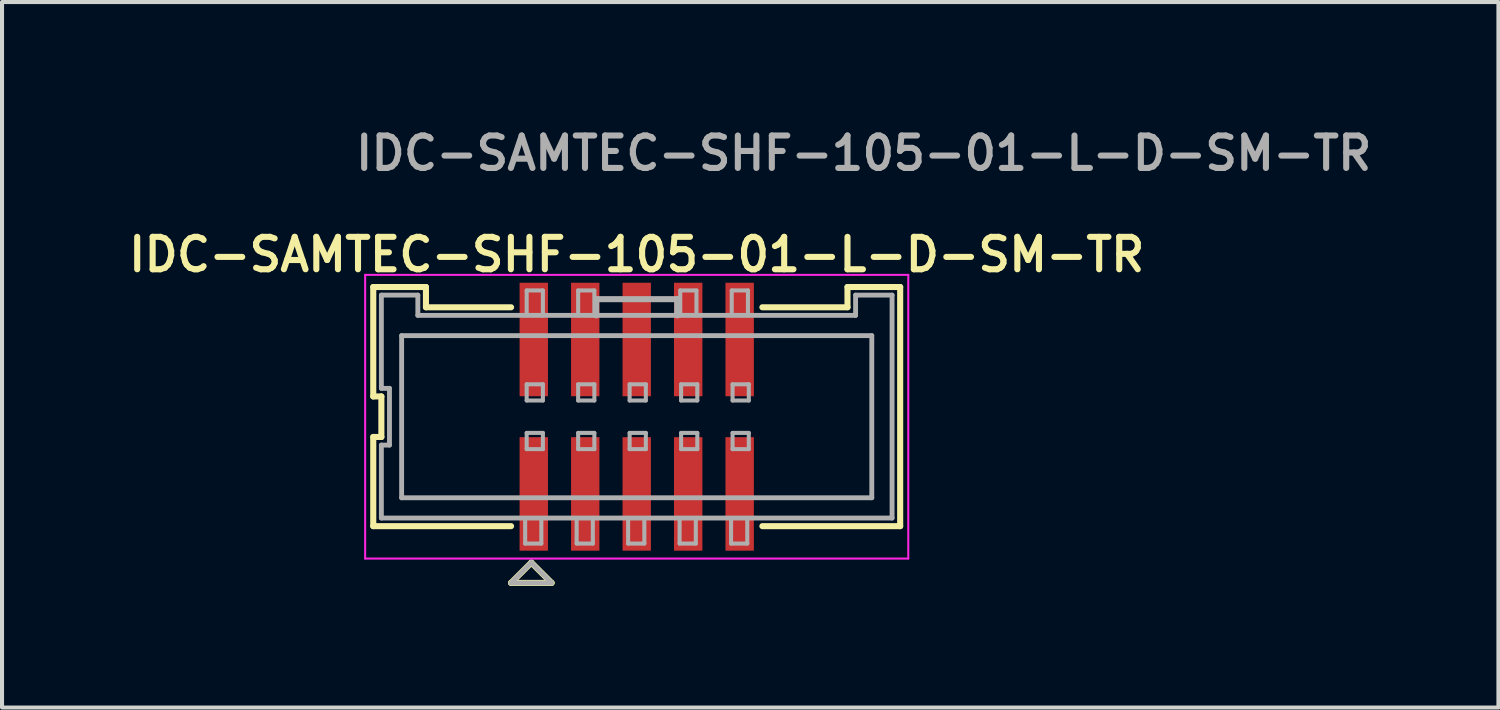
<source format=kicad_pcb>
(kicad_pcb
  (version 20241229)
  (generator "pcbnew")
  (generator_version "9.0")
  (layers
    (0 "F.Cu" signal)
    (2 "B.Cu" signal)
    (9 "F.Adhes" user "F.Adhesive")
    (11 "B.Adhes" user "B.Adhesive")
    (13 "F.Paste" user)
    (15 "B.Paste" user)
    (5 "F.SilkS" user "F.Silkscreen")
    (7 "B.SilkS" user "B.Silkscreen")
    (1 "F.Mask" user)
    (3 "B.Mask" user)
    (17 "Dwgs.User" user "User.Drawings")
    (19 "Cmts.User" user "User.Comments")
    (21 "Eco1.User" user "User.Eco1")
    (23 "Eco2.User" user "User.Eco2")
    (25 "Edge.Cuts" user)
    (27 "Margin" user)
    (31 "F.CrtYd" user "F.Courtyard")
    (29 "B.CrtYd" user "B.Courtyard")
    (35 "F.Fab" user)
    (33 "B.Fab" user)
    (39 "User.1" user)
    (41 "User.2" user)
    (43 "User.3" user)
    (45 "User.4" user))
  (footprint "IDC-SAMTEC-SHF-105-01-L-D-SM-TR"
    (layer "F.Cu")
    (at 12.659 7.231)
    (property "Reference" "IDC-SAMTEC-SHF-105-01-L-D-SM-TR" (at 0 -4 0) (layer "F.SilkS") (effects (font (size 0.8 0.8) (thickness 0.15))))
    (attr through_hole)
    (fp_line (start -6.5 -3.2) (end -6.5 -0.5) (stroke (width 0.15) (type solid)) (layer "F.SilkS"))
    (fp_line (start -6.5 -3.2) (end -5.2 -3.2) (stroke (width 0.15) (type solid)) (layer "F.SilkS"))
    (fp_line (start -6.5 -0.5) (end -6.3 -0.5) (stroke (width 0.15) (type solid)) (layer "F.SilkS"))
    (fp_line (start -6.5 0.5) (end -6.5 2.7) (stroke (width 0.15) (type solid)) (layer "F.SilkS"))
    (fp_line (start -6.5 2.7) (end -3.1 2.7) (stroke (width 0.15) (type solid)) (layer "F.SilkS"))
    (fp_line (start -6.3 -0.5) (end -6.3 0.5) (stroke (width 0.15) (type solid)) (layer "F.SilkS"))
    (fp_line (start -6.3 0.5) (end -6.5 0.5) (stroke (width 0.15) (type solid)) (layer "F.SilkS"))
    (fp_line (start -5.2 -3.2) (end -5.2 -2.7) (stroke (width 0.15) (type solid)) (layer "F.SilkS"))
    (fp_line (start -5.2 -2.7) (end -3.1 -2.7) (stroke (width 0.15) (type solid)) (layer "F.SilkS"))
    (fp_line (start -3.1 4.1) (end -2.1 4.1) (stroke (width 0.15) (type solid)) (layer "F.SilkS"))
    (fp_line (start -2.6 3.6) (end -3.1 4.1) (stroke (width 0.15) (type solid)) (layer "F.SilkS"))
    (fp_line (start -2.1 4.1) (end -2.6 3.6) (stroke (width 0.15) (type solid)) (layer "F.SilkS"))
    (fp_line (start 3.1 -2.7) (end 5.2 -2.7) (stroke (width 0.15) (type solid)) (layer "F.SilkS"))
    (fp_line (start 3.1 2.7) (end 6.5 2.7) (stroke (width 0.15) (type solid)) (layer "F.SilkS"))
    (fp_line (start 5.2 -3.2) (end 5.2 -2.7) (stroke (width 0.15) (type solid)) (layer "F.SilkS"))
    (fp_line (start 5.2 -3.2) (end 6.5 -3.2) (stroke (width 0.15) (type solid)) (layer "F.SilkS"))
    (fp_line (start 6.5 2.7) (end 6.5 -3.2) (stroke (width 0.15) (type solid)) (layer "F.SilkS"))
    (fp_line (start -6.7 -3.5) (end 6.7 -3.5) (stroke (width 0.05) (type solid)) (layer "F.CrtYd"))
    (fp_line (start -6.7 3.5) (end -6.7 -3.5) (stroke (width 0.05) (type solid)) (layer "F.CrtYd"))
    (fp_line (start 6.7 -3.5) (end 6.7 3.5) (stroke (width 0.05) (type solid)) (layer "F.CrtYd"))
    (fp_line (start 6.7 3.5) (end -6.7 3.5) (stroke (width 0.05) (type solid)) (layer "F.CrtYd"))
    (fp_line (start -6.3 -3) (end -5.4 -3) (stroke (width 0.12) (type solid)) (layer "F.Fab"))
    (fp_line (start -6.3 -0.7) (end -6.3 -3) (stroke (width 0.12) (type solid)) (layer "F.Fab"))
    (fp_line (start -6.3 0.7) (end -6.1 0.7) (stroke (width 0.12) (type solid)) (layer "F.Fab"))
    (fp_line (start -6.3 2.5) (end -6.3 0.7) (stroke (width 0.12) (type solid)) (layer "F.Fab"))
    (fp_line (start -6.1 -0.7) (end -6.3 -0.7) (stroke (width 0.12) (type solid)) (layer "F.Fab"))
    (fp_line (start -6.1 0.7) (end -6.1 -0.7) (stroke (width 0.12) (type solid)) (layer "F.Fab"))
    (fp_line (start -5.8 2) (end -5.8 -2) (stroke (width 0.12) (type solid)) (layer "F.Fab"))
    (fp_line (start -5.8 2) (end 5.8 2) (stroke (width 0.12) (type solid)) (layer "F.Fab"))
    (fp_line (start -5.4 -3) (end -5.4 -2.5) (stroke (width 0.12) (type solid)) (layer "F.Fab"))
    (fp_line (start -5.4 -2.5) (end 5.4 -2.5) (stroke (width 0.12) (type solid)) (layer "F.Fab"))
    (fp_line (start -3.1 4.1) (end -2.1 4.1) (stroke (width 0.12) (type solid)) (layer "F.Fab"))
    (fp_line (start -2.752 3.13) (end -2.752 2.5) (stroke (width 0.1) (type solid)) (layer "F.Fab"))
    (fp_line (start -2.715 -3.115) (end -2.315 -3.115) (stroke (width 0.1) (type solid)) (layer "F.Fab"))
    (fp_line (start -2.715 -2.5) (end -2.715 -3.115) (stroke (width 0.1) (type solid)) (layer "F.Fab"))
    (fp_line (start -2.715 -0.8) (end -2.315 -0.8) (stroke (width 0.1) (type solid)) (layer "F.Fab"))
    (fp_line (start -2.715 -0.4) (end -2.715 -0.8) (stroke (width 0.1) (type solid)) (layer "F.Fab"))
    (fp_line (start -2.715 0.4) (end -2.315 0.4) (stroke (width 0.1) (type solid)) (layer "F.Fab"))
    (fp_line (start -2.715 0.8) (end -2.715 0.4) (stroke (width 0.1) (type solid)) (layer "F.Fab"))
    (fp_line (start -2.6 3.6) (end -3.1 4.1) (stroke (width 0.12) (type solid)) (layer "F.Fab"))
    (fp_line (start -2.353 2.5) (end -2.353 3.13) (stroke (width 0.1) (type solid)) (layer "F.Fab"))
    (fp_line (start -2.353 3.13) (end -2.752 3.13) (stroke (width 0.1) (type solid)) (layer "F.Fab"))
    (fp_line (start -2.315 -3.115) (end -2.315 -2.5) (stroke (width 0.1) (type solid)) (layer "F.Fab"))
    (fp_line (start -2.315 -0.8) (end -2.315 -0.4) (stroke (width 0.1) (type solid)) (layer "F.Fab"))
    (fp_line (start -2.315 -0.4) (end -2.715 -0.4) (stroke (width 0.1) (type solid)) (layer "F.Fab"))
    (fp_line (start -2.315 0.4) (end -2.315 0.8) (stroke (width 0.1) (type solid)) (layer "F.Fab"))
    (fp_line (start -2.315 0.8) (end -2.715 0.8) (stroke (width 0.1) (type solid)) (layer "F.Fab"))
    (fp_line (start -2.1 4.1) (end -2.6 3.6) (stroke (width 0.12) (type solid)) (layer "F.Fab"))
    (fp_line (start -1.482 3.13) (end -1.482 2.5) (stroke (width 0.1) (type solid)) (layer "F.Fab"))
    (fp_line (start -1.445 -3.115) (end -1.045 -3.115) (stroke (width 0.1) (type solid)) (layer "F.Fab"))
    (fp_line (start -1.445 -2.5) (end -1.445 -3.115) (stroke (width 0.1) (type solid)) (layer "F.Fab"))
    (fp_line (start -1.445 -0.8) (end -1.045 -0.8) (stroke (width 0.1) (type solid)) (layer "F.Fab"))
    (fp_line (start -1.445 -0.4) (end -1.445 -0.8) (stroke (width 0.1) (type solid)) (layer "F.Fab"))
    (fp_line (start -1.445 0.4) (end -1.045 0.4) (stroke (width 0.1) (type solid)) (layer "F.Fab"))
    (fp_line (start -1.445 0.8) (end -1.445 0.4) (stroke (width 0.1) (type solid)) (layer "F.Fab"))
    (fp_line (start -1.083 2.5) (end -1.083 3.13) (stroke (width 0.1) (type solid)) (layer "F.Fab"))
    (fp_line (start -1.083 3.13) (end -1.482 3.13) (stroke (width 0.1) (type solid)) (layer "F.Fab"))
    (fp_line (start -1.045 -3.115) (end -1.045 -2.5) (stroke (width 0.1) (type solid)) (layer "F.Fab"))
    (fp_line (start -1.045 -0.8) (end -1.045 -0.4) (stroke (width 0.1) (type solid)) (layer "F.Fab"))
    (fp_line (start -1.045 -0.4) (end -1.445 -0.4) (stroke (width 0.1) (type solid)) (layer "F.Fab"))
    (fp_line (start -1.045 0.4) (end -1.045 0.8) (stroke (width 0.1) (type solid)) (layer "F.Fab"))
    (fp_line (start -1.045 0.8) (end -1.445 0.8) (stroke (width 0.1) (type solid)) (layer "F.Fab"))
    (fp_line (start -1 -2.9) (end 1 -2.9) (stroke (width 0.15) (type solid)) (layer "F.Fab"))
    (fp_line (start -1 -2.5) (end -1 -2.9) (stroke (width 0.15) (type solid)) (layer "F.Fab"))
    (fp_line (start -0.212 3.13) (end -0.212 2.5) (stroke (width 0.1) (type solid)) (layer "F.Fab"))
    (fp_line (start -0.175 -0.8) (end 0.225 -0.8) (stroke (width 0.1) (type solid)) (layer "F.Fab"))
    (fp_line (start -0.175 -0.4) (end -0.175 -0.8) (stroke (width 0.1) (type solid)) (layer "F.Fab"))
    (fp_line (start -0.175 0.4) (end 0.225 0.4) (stroke (width 0.1) (type solid)) (layer "F.Fab"))
    (fp_line (start -0.175 0.8) (end -0.175 0.4) (stroke (width 0.1) (type solid)) (layer "F.Fab"))
    (fp_line (start 0.188 2.5) (end 0.188 3.13) (stroke (width 0.1) (type solid)) (layer "F.Fab"))
    (fp_line (start 0.188 3.13) (end -0.212 3.13) (stroke (width 0.1) (type solid)) (layer "F.Fab"))
    (fp_line (start 0.225 -0.8) (end 0.225 -0.4) (stroke (width 0.1) (type solid)) (layer "F.Fab"))
    (fp_line (start 0.225 -0.4) (end -0.175 -0.4) (stroke (width 0.1) (type solid)) (layer "F.Fab"))
    (fp_line (start 0.225 0.4) (end 0.225 0.8) (stroke (width 0.1) (type solid)) (layer "F.Fab"))
    (fp_line (start 0.225 0.8) (end -0.175 0.8) (stroke (width 0.1) (type solid)) (layer "F.Fab"))
    (fp_line (start 1 -2.9) (end 1 -2.5) (stroke (width 0.15) (type solid)) (layer "F.Fab"))
    (fp_line (start 1.058 3.13) (end 1.058 2.5) (stroke (width 0.1) (type solid)) (layer "F.Fab"))
    (fp_line (start 1.074 -3.115) (end 1.474 -3.115) (stroke (width 0.1) (type solid)) (layer "F.Fab"))
    (fp_line (start 1.074 -2.5) (end 1.074 -3.115) (stroke (width 0.1) (type solid)) (layer "F.Fab"))
    (fp_line (start 1.095 -0.8) (end 1.495 -0.8) (stroke (width 0.1) (type solid)) (layer "F.Fab"))
    (fp_line (start 1.095 -0.4) (end 1.095 -0.8) (stroke (width 0.1) (type solid)) (layer "F.Fab"))
    (fp_line (start 1.095 0.4) (end 1.495 0.4) (stroke (width 0.1) (type solid)) (layer "F.Fab"))
    (fp_line (start 1.095 0.8) (end 1.095 0.4) (stroke (width 0.1) (type solid)) (layer "F.Fab"))
    (fp_line (start 1.458 2.5) (end 1.458 3.13) (stroke (width 0.1) (type solid)) (layer "F.Fab"))
    (fp_line (start 1.458 3.13) (end 1.058 3.13) (stroke (width 0.1) (type solid)) (layer "F.Fab"))
    (fp_line (start 1.474 -3.115) (end 1.474 -2.5) (stroke (width 0.1) (type solid)) (layer "F.Fab"))
    (fp_line (start 1.495 -0.8) (end 1.495 -0.4) (stroke (width 0.1) (type solid)) (layer "F.Fab"))
    (fp_line (start 1.495 -0.4) (end 1.095 -0.4) (stroke (width 0.1) (type solid)) (layer "F.Fab"))
    (fp_line (start 1.495 0.4) (end 1.495 0.8) (stroke (width 0.1) (type solid)) (layer "F.Fab"))
    (fp_line (start 1.495 0.8) (end 1.095 0.8) (stroke (width 0.1) (type solid)) (layer "F.Fab"))
    (fp_line (start 2.328 3.13) (end 2.328 2.5) (stroke (width 0.1) (type solid)) (layer "F.Fab"))
    (fp_line (start 2.344 -3.115) (end 2.744 -3.115) (stroke (width 0.1) (type solid)) (layer "F.Fab"))
    (fp_line (start 2.344 -2.5) (end 2.344 -3.115) (stroke (width 0.1) (type solid)) (layer "F.Fab"))
    (fp_line (start 2.365 -0.8) (end 2.765 -0.8) (stroke (width 0.1) (type solid)) (layer "F.Fab"))
    (fp_line (start 2.365 -0.4) (end 2.365 -0.8) (stroke (width 0.1) (type solid)) (layer "F.Fab"))
    (fp_line (start 2.365 0.4) (end 2.765 0.4) (stroke (width 0.1) (type solid)) (layer "F.Fab"))
    (fp_line (start 2.365 0.8) (end 2.365 0.4) (stroke (width 0.1) (type solid)) (layer "F.Fab"))
    (fp_line (start 2.728 2.5) (end 2.728 3.13) (stroke (width 0.1) (type solid)) (layer "F.Fab"))
    (fp_line (start 2.728 3.13) (end 2.328 3.13) (stroke (width 0.1) (type solid)) (layer "F.Fab"))
    (fp_line (start 2.744 -3.115) (end 2.744 -2.5) (stroke (width 0.1) (type solid)) (layer "F.Fab"))
    (fp_line (start 2.765 -0.8) (end 2.765 -0.4) (stroke (width 0.1) (type solid)) (layer "F.Fab"))
    (fp_line (start 2.765 -0.4) (end 2.365 -0.4) (stroke (width 0.1) (type solid)) (layer "F.Fab"))
    (fp_line (start 2.765 0.4) (end 2.765 0.8) (stroke (width 0.1) (type solid)) (layer "F.Fab"))
    (fp_line (start 2.765 0.8) (end 2.365 0.8) (stroke (width 0.1) (type solid)) (layer "F.Fab"))
    (fp_line (start 5.4 -3) (end 6.3 -3) (stroke (width 0.12) (type solid)) (layer "F.Fab"))
    (fp_line (start 5.4 -2.5) (end 5.4 -3) (stroke (width 0.12) (type solid)) (layer "F.Fab"))
    (fp_line (start 5.8 -2) (end -5.8 -2) (stroke (width 0.12) (type solid)) (layer "F.Fab"))
    (fp_line (start 5.8 -2) (end 5.8 2) (stroke (width 0.12) (type solid)) (layer "F.Fab"))
    (fp_line (start 6.3 -3) (end 6.3 2.5) (stroke (width 0.12) (type solid)) (layer "F.Fab"))
    (fp_line (start 6.3 2.5) (end -6.3 2.5) (stroke (width 0.12) (type solid)) (layer "F.Fab"))
    (fp_text user "${REFERENCE}" (at 5.6 -6.5 0) (layer "F.Fab") (effects (font (size 0.8 0.8) (thickness 0.15))))
    (pad "1" smd rect (at -2.54 1.905) (size 0.7 2.8) (layers "F.Cu" "F.Mask" "F.Paste"))
    (pad "2" smd rect (at -2.54 -1.905) (size 0.7 2.8) (layers "F.Cu" "F.Mask" "F.Paste"))
    (pad "3" smd rect (at -1.27 1.905) (size 0.7 2.8) (layers "F.Cu" "F.Mask" "F.Paste"))
    (pad "4" smd rect (at -1.27 -1.905) (size 0.7 2.8) (layers "F.Cu" "F.Mask" "F.Paste"))
    (pad "5" smd rect (at 0 1.905) (size 0.7 2.8) (layers "F.Cu" "F.Mask" "F.Paste"))
    (pad "6" smd rect (at 0 -1.905) (size 0.7 2.8) (layers "F.Cu" "F.Mask" "F.Paste"))
    (pad "7" smd rect (at 1.27 1.905) (size 0.7 2.8) (layers "F.Cu" "F.Mask" "F.Paste"))
    (pad "8" smd rect (at 1.27 -1.905) (size 0.7 2.8) (layers "F.Cu" "F.Mask" "F.Paste"))
    (pad "9" smd rect (at 2.54 1.905) (size 0.7 2.8) (layers "F.Cu" "F.Mask" "F.Paste"))
    (pad "10" smd rect (at 2.54 -1.905) (size 0.7 2.8) (layers "F.Cu" "F.Mask" "F.Paste")))
  (gr_rect
    (start -3 -3)
    (end 33.919 14.406)
    (stroke (width 0.1) (type default))
    (fill no)
    (layer "Edge.Cuts")))
</source>
